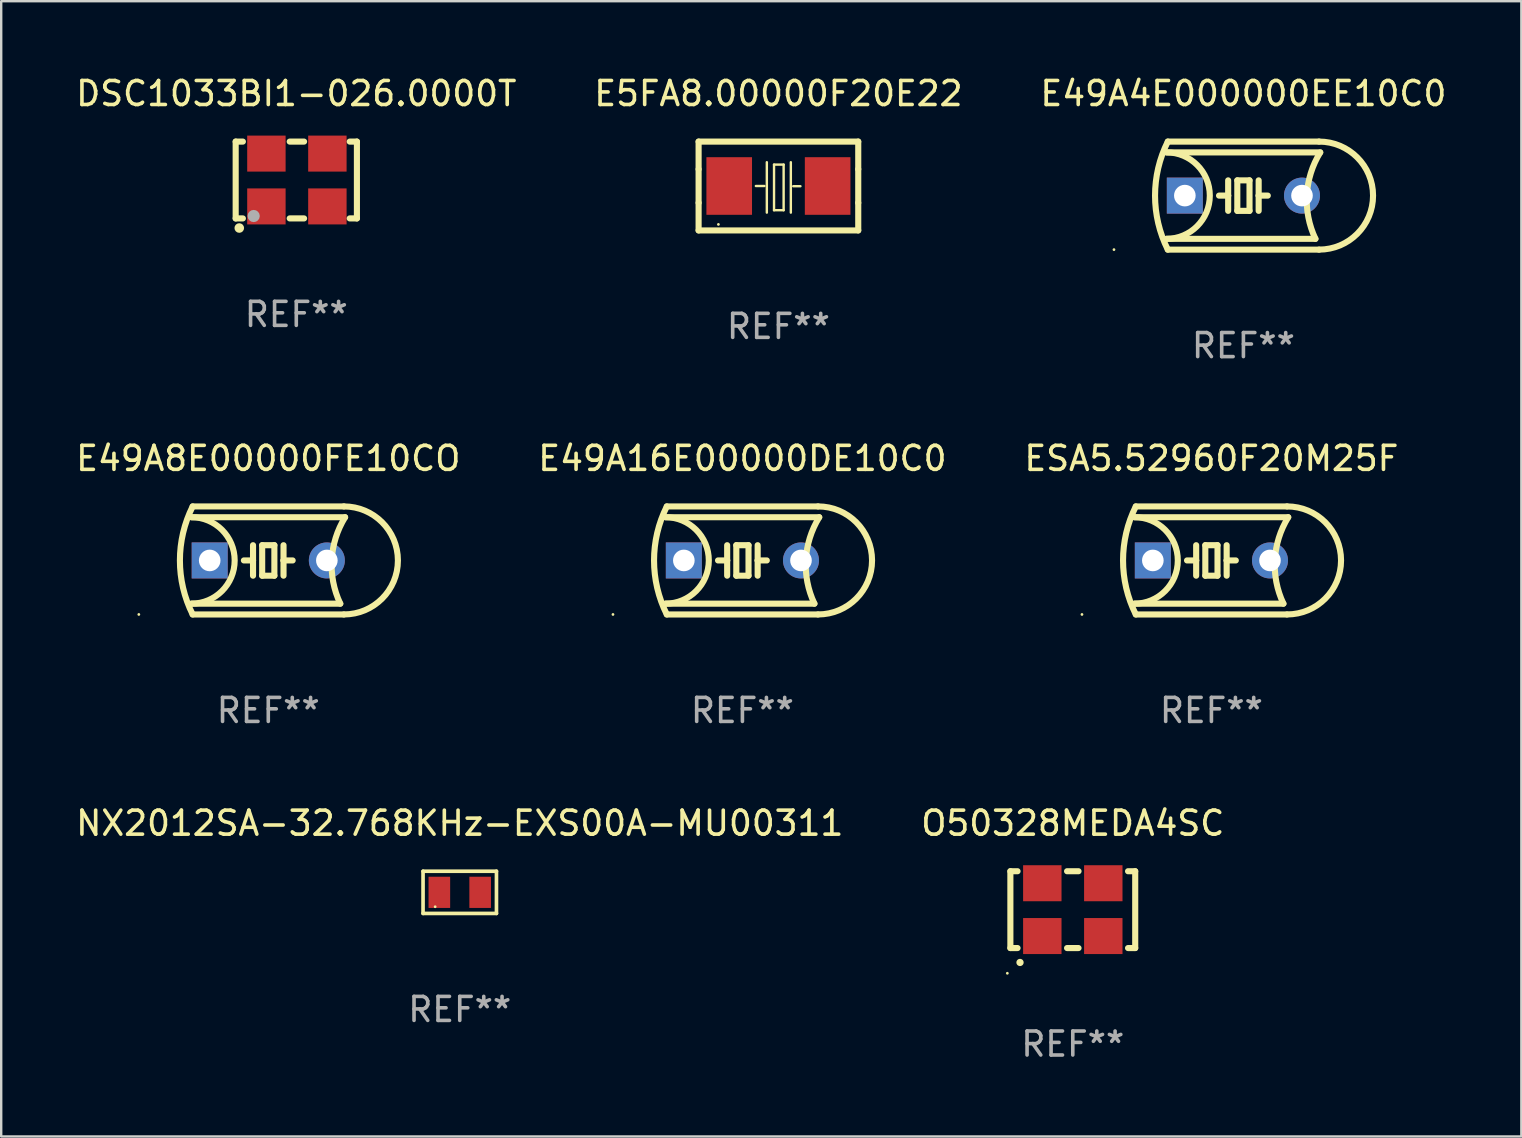
<source format=kicad_pcb>
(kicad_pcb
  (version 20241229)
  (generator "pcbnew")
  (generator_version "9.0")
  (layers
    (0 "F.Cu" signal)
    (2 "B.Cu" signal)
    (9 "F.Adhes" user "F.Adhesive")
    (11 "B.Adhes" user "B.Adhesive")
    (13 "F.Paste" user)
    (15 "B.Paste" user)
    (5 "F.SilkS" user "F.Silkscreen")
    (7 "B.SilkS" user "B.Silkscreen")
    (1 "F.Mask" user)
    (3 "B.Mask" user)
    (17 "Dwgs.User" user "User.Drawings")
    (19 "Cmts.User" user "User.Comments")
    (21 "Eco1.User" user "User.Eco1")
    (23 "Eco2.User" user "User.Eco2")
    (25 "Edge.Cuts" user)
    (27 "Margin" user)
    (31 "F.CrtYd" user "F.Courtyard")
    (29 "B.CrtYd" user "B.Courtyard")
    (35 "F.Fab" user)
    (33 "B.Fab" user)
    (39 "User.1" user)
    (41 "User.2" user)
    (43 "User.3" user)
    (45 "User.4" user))
  (footprint "DSC1033BI1-026.0000T"
    (layer "F.Cu")
    (at 9.292 4.448)
    (property "Reference" "DSC1033BI1-026.0000T" (at 0 -3.6 0) (layer "F.SilkS") (effects (font (size 1 1) (thickness 0.15))))
    (attr through_hole)
    (fp_line (start -2.525 -1.6) (end -2.225 -1.6) (stroke (width 0.254) (type solid)) (layer "F.SilkS"))
    (fp_line (start -2.525 1.6) (end -2.525 -1.6) (stroke (width 0.254) (type solid)) (layer "F.SilkS"))
    (fp_line (start -2.225 1.6) (end -2.525 1.6) (stroke (width 0.254) (type solid)) (layer "F.SilkS"))
    (fp_line (start -0.275 -1.6) (end 0.325 -1.6) (stroke (width 0.254) (type solid)) (layer "F.SilkS"))
    (fp_line (start -0.275 1.6) (end 0.325 1.6) (stroke (width 0.254) (type solid)) (layer "F.SilkS"))
    (fp_line (start 2.225 -1.6) (end 2.525 -1.6) (stroke (width 0.254) (type solid)) (layer "F.SilkS"))
    (fp_line (start 2.525 -1.6) (end 2.525 1.6) (stroke (width 0.254) (type solid)) (layer "F.SilkS"))
    (fp_line (start 2.525 1.6) (end 2.225 1.6) (stroke (width 0.254) (type solid)) (layer "F.SilkS"))
    (fp_circle (center -2.475 1.65) (end -2.445 1.65) (stroke (width 0.06) (type solid)) (fill no) (layer "F.SilkS"))
    (fp_circle (center -2.375 2) (end -2.275 2) (stroke (width 0.2) (type solid)) (fill no) (layer "F.SilkS"))
    (fp_circle (center -1.775 1.5) (end -1.648 1.5) (stroke (width 0.254) (type solid)) (fill no) (layer "F.Fab"))
    (fp_text user "REF**" (at 0 5.6 0) (layer "F.Fab") (effects (font (size 1 1) (thickness 0.15))))
    (pad "1" smd rect (at -1.245 1.1) (size 1.6 1.5) (layers "F.Cu" "F.Mask" "F.Paste"))
    (pad "2" smd rect (at 1.295 1.1) (size 1.6 1.5) (layers "F.Cu" "F.Mask" "F.Paste"))
    (pad "3" smd rect (at 1.295 -1.1 180) (size 1.6 1.5) (layers "F.Cu" "F.Mask" "F.Paste"))
    (pad "4" smd rect (at -1.245 -1.1) (size 1.6 1.5) (layers "F.Cu" "F.Mask" "F.Paste")))
  (footprint "ESA5.52960F20M25F"
    (layer "F.Cu")
    (at 47.411 20.295)
    (property "Reference" "ESA5.52960F20M25F" (at 0 -4.25 0) (layer "F.SilkS") (effects (font (size 1 1) (thickness 0.15))))
    (attr through_hole)
    (fp_line (start -3.2 -1.8) (end 3.2 -1.8) (stroke (width 0.254) (type solid)) (layer "F.SilkS"))
    (fp_line (start -3.15 2.25) (end 3.15 2.25) (stroke (width 0.254) (type solid)) (layer "F.SilkS"))
    (fp_line (start -0.635 -0.635) (end -0.635 0) (stroke (width 0.254) (type solid)) (layer "F.SilkS"))
    (fp_line (start -0.635 0) (end -1.016 0) (stroke (width 0.254) (type solid)) (layer "F.SilkS"))
    (fp_line (start -0.635 0) (end -0.635 0.635) (stroke (width 0.254) (type solid)) (layer "F.SilkS"))
    (fp_line (start -0.254 -0.635) (end -0.254 0.635) (stroke (width 0.254) (type solid)) (layer "F.SilkS"))
    (fp_line (start -0.254 0.635) (end 0.254 0.635) (stroke (width 0.254) (type solid)) (layer "F.SilkS"))
    (fp_line (start 0.254 -0.635) (end -0.254 -0.635) (stroke (width 0.254) (type solid)) (layer "F.SilkS"))
    (fp_line (start 0.254 0.635) (end 0.254 -0.635) (stroke (width 0.254) (type solid)) (layer "F.SilkS"))
    (fp_line (start 0.635 -0.635) (end 0.635 0) (stroke (width 0.254) (type solid)) (layer "F.SilkS"))
    (fp_line (start 0.635 0) (end 0.635 0.635) (stroke (width 0.254) (type solid)) (layer "F.SilkS"))
    (fp_line (start 0.635 0) (end 1.016 0) (stroke (width 0.254) (type solid)) (layer "F.SilkS"))
    (fp_line (start 3 1.8) (end -3.2 1.8) (stroke (width 0.254) (type solid)) (layer "F.SilkS"))
    (fp_line (start 3.15 -2.25) (end -3.15 -2.25) (stroke (width 0.254) (type solid)) (layer "F.SilkS"))
    (fp_arc (start -3.200406 -1.800864) (mid -1.399974 -0.000635) (end -3.2 1.8) (stroke (width 0.254001) (type solid)) (layer "F.SilkS"))
    (fp_arc (start -3.149606 2.250444) (mid -3.680941 0.000261) (end -3.149987 -2.250013) (stroke (width 0.254001) (type solid)) (layer "F.SilkS"))
    (fp_arc (start 2.999746 1.800863) (mid 2.642982 -0.024977) (end 3.2 -1.8) (stroke (width 0.254001) (type solid)) (layer "F.SilkS"))
    (fp_arc (start 3.149607 -2.250445) (mid 5.399848 -0.000406) (end 3.149987 2.250013) (stroke (width 0.254001) (type solid)) (layer "F.SilkS"))
    (fp_circle (center -5.392 2.25) (end -5.362 2.25) (stroke (width 0.06) (type solid)) (fill no) (layer "F.SilkS"))
    (fp_text user "REF**" (at 0 6.25 0) (layer "F.Fab") (effects (font (size 1 1) (thickness 0.15))))
    (pad "1" thru_hole rect (at -2.44 0) (size 1.5 1.5) (drill 0.9) (layers "*.Cu" "*.Mask"))
    (pad "2" thru_hole circle (at 2.44 0) (size 1.5 1.5) (drill 0.9) (layers "*.Cu" "*.Mask")))
  (footprint "NX2012SA-32.768KHz-EXS00A-MU00311"
    (layer "F.Cu")
    (at 16.101 34.12)
    (property "Reference" "NX2012SA-32.768KHz-EXS00A-MU00311" (at 0 -2.879 0) (layer "F.SilkS") (effects (font (size 1 1) (thickness 0.15))))
    (attr through_hole)
    (fp_line (start -1.529 -0.879) (end 1.529 -0.879) (stroke (width 0.152) (type solid)) (layer "F.SilkS"))
    (fp_line (start -1.529 0.879) (end -1.529 -0.879) (stroke (width 0.152) (type solid)) (layer "F.SilkS"))
    (fp_line (start 1.529 -0.879) (end 1.529 0.879) (stroke (width 0.152) (type solid)) (layer "F.SilkS"))
    (fp_line (start 1.529 0.879) (end -1.529 0.879) (stroke (width 0.152) (type solid)) (layer "F.SilkS"))
    (fp_circle (center -1.025 0.6) (end -0.995 0.6) (stroke (width 0.06) (type solid)) (fill no) (layer "F.SilkS"))
    (fp_text user "REF**" (at 0 4.879 0) (layer "F.Fab") (effects (font (size 1 1) (thickness 0.15))))
    (pad "1" smd rect (at -0.85 0) (size 0.9 1.3) (layers "F.Cu" "F.Mask" "F.Paste"))
    (pad "2" smd rect (at 0.85 0) (size 0.9 1.3) (layers "F.Cu" "F.Mask" "F.Paste")))
  (footprint "E49A4E000000EE10C0"
    (layer "F.Cu")
    (at 48.744 5.098)
    (property "Reference" "E49A4E000000EE10C0" (at 0 -4.25 0) (layer "F.SilkS") (effects (font (size 1 1) (thickness 0.15))))
    (attr through_hole)
    (fp_line (start -3.2 -1.8) (end 3.2 -1.8) (stroke (width 0.254) (type solid)) (layer "F.SilkS"))
    (fp_line (start -3.15 2.25) (end 3.15 2.25) (stroke (width 0.254) (type solid)) (layer "F.SilkS"))
    (fp_line (start -0.635 -0.635) (end -0.635 0) (stroke (width 0.254) (type solid)) (layer "F.SilkS"))
    (fp_line (start -0.635 0) (end -1.016 0) (stroke (width 0.254) (type solid)) (layer "F.SilkS"))
    (fp_line (start -0.635 0) (end -0.635 0.635) (stroke (width 0.254) (type solid)) (layer "F.SilkS"))
    (fp_line (start -0.254 -0.635) (end -0.254 0.635) (stroke (width 0.254) (type solid)) (layer "F.SilkS"))
    (fp_line (start -0.254 0.635) (end 0.254 0.635) (stroke (width 0.254) (type solid)) (layer "F.SilkS"))
    (fp_line (start 0.254 -0.635) (end -0.254 -0.635) (stroke (width 0.254) (type solid)) (layer "F.SilkS"))
    (fp_line (start 0.254 0.635) (end 0.254 -0.635) (stroke (width 0.254) (type solid)) (layer "F.SilkS"))
    (fp_line (start 0.635 -0.635) (end 0.635 0) (stroke (width 0.254) (type solid)) (layer "F.SilkS"))
    (fp_line (start 0.635 0) (end 0.635 0.635) (stroke (width 0.254) (type solid)) (layer "F.SilkS"))
    (fp_line (start 0.635 0) (end 1.016 0) (stroke (width 0.254) (type solid)) (layer "F.SilkS"))
    (fp_line (start 3 1.8) (end -3.2 1.8) (stroke (width 0.254) (type solid)) (layer "F.SilkS"))
    (fp_line (start 3.15 -2.25) (end -3.15 -2.25) (stroke (width 0.254) (type solid)) (layer "F.SilkS"))
    (fp_arc (start -3.200406 -1.800864) (mid -1.399974 -0.000635) (end -3.2 1.8) (stroke (width 0.254001) (type solid)) (layer "F.SilkS"))
    (fp_arc (start -3.149606 2.250444) (mid -3.680941 0.000261) (end -3.149987 -2.250013) (stroke (width 0.254001) (type solid)) (layer "F.SilkS"))
    (fp_arc (start 2.999746 1.800863) (mid 2.642982 -0.024977) (end 3.2 -1.8) (stroke (width 0.254001) (type solid)) (layer "F.SilkS"))
    (fp_arc (start 3.149607 -2.250445) (mid 5.399848 -0.000406) (end 3.149987 2.250013) (stroke (width 0.254001) (type solid)) (layer "F.SilkS"))
    (fp_circle (center -5.392 2.25) (end -5.362 2.25) (stroke (width 0.06) (type solid)) (fill no) (layer "F.SilkS"))
    (fp_text user "REF**" (at 0 6.25 0) (layer "F.Fab") (effects (font (size 1 1) (thickness 0.15))))
    (pad "1" thru_hole rect (at -2.44 0) (size 1.5 1.5) (drill 0.9) (layers "*.Cu" "*.Mask"))
    (pad "2" thru_hole circle (at 2.44 0) (size 1.5 1.5) (drill 0.9) (layers "*.Cu" "*.Mask")))
  (footprint "E49A8E00000FE10CO"
    (layer "F.Cu")
    (at 8.125 20.295)
    (property "Reference" "E49A8E00000FE10CO" (at 0 -4.25 0) (layer "F.SilkS") (effects (font (size 1 1) (thickness 0.15))))
    (attr through_hole)
    (fp_line (start -3.2 -1.8) (end 3.2 -1.8) (stroke (width 0.254) (type solid)) (layer "F.SilkS"))
    (fp_line (start -3.15 2.25) (end 3.15 2.25) (stroke (width 0.254) (type solid)) (layer "F.SilkS"))
    (fp_line (start -0.635 -0.635) (end -0.635 0) (stroke (width 0.254) (type solid)) (layer "F.SilkS"))
    (fp_line (start -0.635 0) (end -1.016 0) (stroke (width 0.254) (type solid)) (layer "F.SilkS"))
    (fp_line (start -0.635 0) (end -0.635 0.635) (stroke (width 0.254) (type solid)) (layer "F.SilkS"))
    (fp_line (start -0.254 -0.635) (end -0.254 0.635) (stroke (width 0.254) (type solid)) (layer "F.SilkS"))
    (fp_line (start -0.254 0.635) (end 0.254 0.635) (stroke (width 0.254) (type solid)) (layer "F.SilkS"))
    (fp_line (start 0.254 -0.635) (end -0.254 -0.635) (stroke (width 0.254) (type solid)) (layer "F.SilkS"))
    (fp_line (start 0.254 0.635) (end 0.254 -0.635) (stroke (width 0.254) (type solid)) (layer "F.SilkS"))
    (fp_line (start 0.635 -0.635) (end 0.635 0) (stroke (width 0.254) (type solid)) (layer "F.SilkS"))
    (fp_line (start 0.635 0) (end 0.635 0.635) (stroke (width 0.254) (type solid)) (layer "F.SilkS"))
    (fp_line (start 0.635 0) (end 1.016 0) (stroke (width 0.254) (type solid)) (layer "F.SilkS"))
    (fp_line (start 3 1.8) (end -3.2 1.8) (stroke (width 0.254) (type solid)) (layer "F.SilkS"))
    (fp_line (start 3.15 -2.25) (end -3.15 -2.25) (stroke (width 0.254) (type solid)) (layer "F.SilkS"))
    (fp_arc (start -3.200406 -1.800864) (mid -1.399974 -0.000635) (end -3.2 1.8) (stroke (width 0.254001) (type solid)) (layer "F.SilkS"))
    (fp_arc (start -3.149606 2.250444) (mid -3.680941 0.000261) (end -3.149987 -2.250013) (stroke (width 0.254001) (type solid)) (layer "F.SilkS"))
    (fp_arc (start 2.999746 1.800863) (mid 2.642982 -0.024977) (end 3.2 -1.8) (stroke (width 0.254001) (type solid)) (layer "F.SilkS"))
    (fp_arc (start 3.149607 -2.250445) (mid 5.399848 -0.000406) (end 3.149987 2.250013) (stroke (width 0.254001) (type solid)) (layer "F.SilkS"))
    (fp_circle (center -5.392 2.25) (end -5.362 2.25) (stroke (width 0.06) (type solid)) (fill no) (layer "F.SilkS"))
    (fp_text user "REF**" (at 0 6.25 0) (layer "F.Fab") (effects (font (size 1 1) (thickness 0.15))))
    (pad "1" thru_hole rect (at -2.44 0) (size 1.5 1.5) (drill 0.9) (layers "*.Cu" "*.Mask"))
    (pad "2" thru_hole circle (at 2.44 0) (size 1.5 1.5) (drill 0.9) (layers "*.Cu" "*.Mask")))
  (footprint "E5FA8.00000F20E22"
    (layer "F.Cu")
    (at 29.375 4.698)
    (property "Reference" "E5FA8.00000F20E22" (at 0 -3.85 0) (layer "F.SilkS") (effects (font (size 1 1) (thickness 0.15))))
    (attr through_hole)
    (fp_line (start -3.325 0.7) (end -3.325 -0.7) (stroke (width 0.254) (type solid)) (layer "F.SilkS"))
    (fp_line (start -3.325 -1.85) (end 3.325 -1.85) (stroke (width 0.254) (type solid)) (layer "F.SilkS"))
    (fp_line (start -3.325 -0.7) (end -3.325 -1.85) (stroke (width 0.254) (type solid)) (layer "F.SilkS"))
    (fp_line (start -3.325 1.85) (end -3.325 0.7) (stroke (width 0.254) (type solid)) (layer "F.SilkS"))
    (fp_line (start -0.94 -0.000127) (end -0.584 -0.000127) (stroke (width 0.1) (type solid)) (layer "F.SilkS"))
    (fp_line (start -0.483 -0.991) (end -0.483 1.109) (stroke (width 0.1) (type solid)) (layer "F.SilkS"))
    (fp_line (start -0.183 -0.891) (end -0.183 1.009) (stroke (width 0.1) (type solid)) (layer "F.SilkS"))
    (fp_line (start -0.183 1.009) (end 0.217 1.009) (stroke (width 0.1) (type solid)) (layer "F.SilkS"))
    (fp_line (start 0.217 -0.891) (end -0.183 -0.891) (stroke (width 0.1) (type solid)) (layer "F.SilkS"))
    (fp_line (start 0.217 1.009) (end 0.217 -0.891) (stroke (width 0.1) (type solid)) (layer "F.SilkS"))
    (fp_line (start 0.517 -0.991) (end 0.517 1.109) (stroke (width 0.1) (type solid)) (layer "F.SilkS"))
    (fp_line (start 0.617 0.009) (end 0.917 0.009) (stroke (width 0.1) (type solid)) (layer "F.SilkS"))
    (fp_line (start 3.325 -1.85) (end 3.325 -0.7) (stroke (width 0.254) (type solid)) (layer "F.SilkS"))
    (fp_line (start 3.325 0.7) (end 3.325 1.85) (stroke (width 0.254) (type solid)) (layer "F.SilkS"))
    (fp_line (start 3.325 1.85) (end -3.325 1.85) (stroke (width 0.254) (type solid)) (layer "F.SilkS"))
    (fp_line (start 3.325 -0.7) (end 3.325 0.7) (stroke (width 0.254) (type solid)) (layer "F.SilkS"))
    (fp_circle (center -2.5 1.6) (end -2.47 1.6) (stroke (width 0.06) (type solid)) (fill no) (layer "F.SilkS"))
    (fp_text user "REF**" (at 0 5.85 0) (layer "F.Fab") (effects (font (size 1 1) (thickness 0.15))))
    (pad "1" smd rect (at -2.05 -0.000127) (size 1.9 2.4) (layers "F.Cu" "F.Mask" "F.Paste"))
    (pad "2" smd rect (at 2.05 -0.000127) (size 1.9 2.4) (layers "F.Cu" "F.Mask" "F.Paste")))
  (footprint "O50328MEDA4SC"
    (layer "F.Cu")
    (at 41.637 34.841)
    (property "Reference" "O50328MEDA4SC" (at 0 -3.6 0) (layer "F.SilkS") (effects (font (size 1 1) (thickness 0.15))))
    (attr through_hole)
    (fp_line (start -2.6 -1.6) (end -2.301 -1.6) (stroke (width 0.254) (type solid)) (layer "F.SilkS"))
    (fp_line (start -2.6 1.6) (end -2.6 -1.6) (stroke (width 0.254) (type solid)) (layer "F.SilkS"))
    (fp_line (start -2.301 1.6) (end -2.6 1.6) (stroke (width 0.254) (type solid)) (layer "F.SilkS"))
    (fp_line (start -0.239 -1.6) (end 0.239 -1.6) (stroke (width 0.254) (type solid)) (layer "F.SilkS"))
    (fp_line (start 0.239 1.6) (end -0.239 1.6) (stroke (width 0.254) (type solid)) (layer "F.SilkS"))
    (fp_line (start 2.301 -1.6) (end 2.6 -1.6) (stroke (width 0.254) (type solid)) (layer "F.SilkS"))
    (fp_line (start 2.6 -1.6) (end 2.6 1.6) (stroke (width 0.254) (type solid)) (layer "F.SilkS"))
    (fp_line (start 2.6 1.6) (end 2.301 1.6) (stroke (width 0.254) (type solid)) (layer "F.SilkS"))
    (fp_arc (start -2.2 2.2) (mid -2.19873 2.199995) (end -2.19746 2.2) (stroke (width 0.3) (type solid)) (layer "F.SilkS"))
    (fp_circle (center -2.727 2.65) (end -2.697 2.65) (stroke (width 0.06) (type solid)) (fill no) (layer "F.SilkS"))
    (fp_text user "REF**" (at 0 5.6 0) (layer "F.Fab") (effects (font (size 1 1) (thickness 0.15))))
    (pad "1" smd rect (at -1.27 1.1) (size 1.6 1.5) (layers "F.Cu" "F.Mask" "F.Paste"))
    (pad "2" smd rect (at 1.27 1.1) (size 1.6 1.5) (layers "F.Cu" "F.Mask" "F.Paste"))
    (pad "3" smd rect (at 1.27 -1.1) (size 1.6 1.5) (layers "F.Cu" "F.Mask" "F.Paste"))
    (pad "4" smd rect (at -1.27 -1.1) (size 1.6 1.5) (layers "F.Cu" "F.Mask" "F.Paste")))
  (footprint "E49A16E00000DE10C0"
    (layer "F.Cu")
    (at 27.875 20.295)
    (property "Reference" "E49A16E00000DE10C0" (at 0 -4.25 0) (layer "F.SilkS") (effects (font (size 1 1) (thickness 0.15))))
    (attr through_hole)
    (fp_line (start -3.2 -1.8) (end 3.2 -1.8) (stroke (width 0.254) (type solid)) (layer "F.SilkS"))
    (fp_line (start -3.15 2.25) (end 3.15 2.25) (stroke (width 0.254) (type solid)) (layer "F.SilkS"))
    (fp_line (start -0.635 -0.635) (end -0.635 0) (stroke (width 0.254) (type solid)) (layer "F.SilkS"))
    (fp_line (start -0.635 0) (end -1.016 0) (stroke (width 0.254) (type solid)) (layer "F.SilkS"))
    (fp_line (start -0.635 0) (end -0.635 0.635) (stroke (width 0.254) (type solid)) (layer "F.SilkS"))
    (fp_line (start -0.254 -0.635) (end -0.254 0.635) (stroke (width 0.254) (type solid)) (layer "F.SilkS"))
    (fp_line (start -0.254 0.635) (end 0.254 0.635) (stroke (width 0.254) (type solid)) (layer "F.SilkS"))
    (fp_line (start 0.254 -0.635) (end -0.254 -0.635) (stroke (width 0.254) (type solid)) (layer "F.SilkS"))
    (fp_line (start 0.254 0.635) (end 0.254 -0.635) (stroke (width 0.254) (type solid)) (layer "F.SilkS"))
    (fp_line (start 0.635 -0.635) (end 0.635 0) (stroke (width 0.254) (type solid)) (layer "F.SilkS"))
    (fp_line (start 0.635 0) (end 0.635 0.635) (stroke (width 0.254) (type solid)) (layer "F.SilkS"))
    (fp_line (start 0.635 0) (end 1.016 0) (stroke (width 0.254) (type solid)) (layer "F.SilkS"))
    (fp_line (start 3 1.8) (end -3.2 1.8) (stroke (width 0.254) (type solid)) (layer "F.SilkS"))
    (fp_line (start 3.15 -2.25) (end -3.15 -2.25) (stroke (width 0.254) (type solid)) (layer "F.SilkS"))
    (fp_arc (start -3.200406 -1.800864) (mid -1.399974 -0.000635) (end -3.2 1.8) (stroke (width 0.254001) (type solid)) (layer "F.SilkS"))
    (fp_arc (start -3.149606 2.250444) (mid -3.680941 0.000261) (end -3.149987 -2.250013) (stroke (width 0.254001) (type solid)) (layer "F.SilkS"))
    (fp_arc (start 2.999746 1.800863) (mid 2.642982 -0.024977) (end 3.2 -1.8) (stroke (width 0.254001) (type solid)) (layer "F.SilkS"))
    (fp_arc (start 3.149607 -2.250445) (mid 5.399848 -0.000406) (end 3.149987 2.250013) (stroke (width 0.254001) (type solid)) (layer "F.SilkS"))
    (fp_circle (center -5.392 2.25) (end -5.362 2.25) (stroke (width 0.06) (type solid)) (fill no) (layer "F.SilkS"))
    (fp_text user "REF**" (at 0 6.25 0) (layer "F.Fab") (effects (font (size 1 1) (thickness 0.15))))
    (pad "1" thru_hole rect (at -2.44 0) (size 1.5 1.5) (drill 0.9) (layers "*.Cu" "*.Mask"))
    (pad "2" thru_hole circle (at 2.44 0) (size 1.5 1.5) (drill 0.9) (layers "*.Cu" "*.Mask")))
  (gr_rect
    (start -3 -3)
    (end 60.321 44.29)
    (stroke (width 0.1) (type default))
    (fill no)
    (layer "Edge.Cuts")))
</source>
